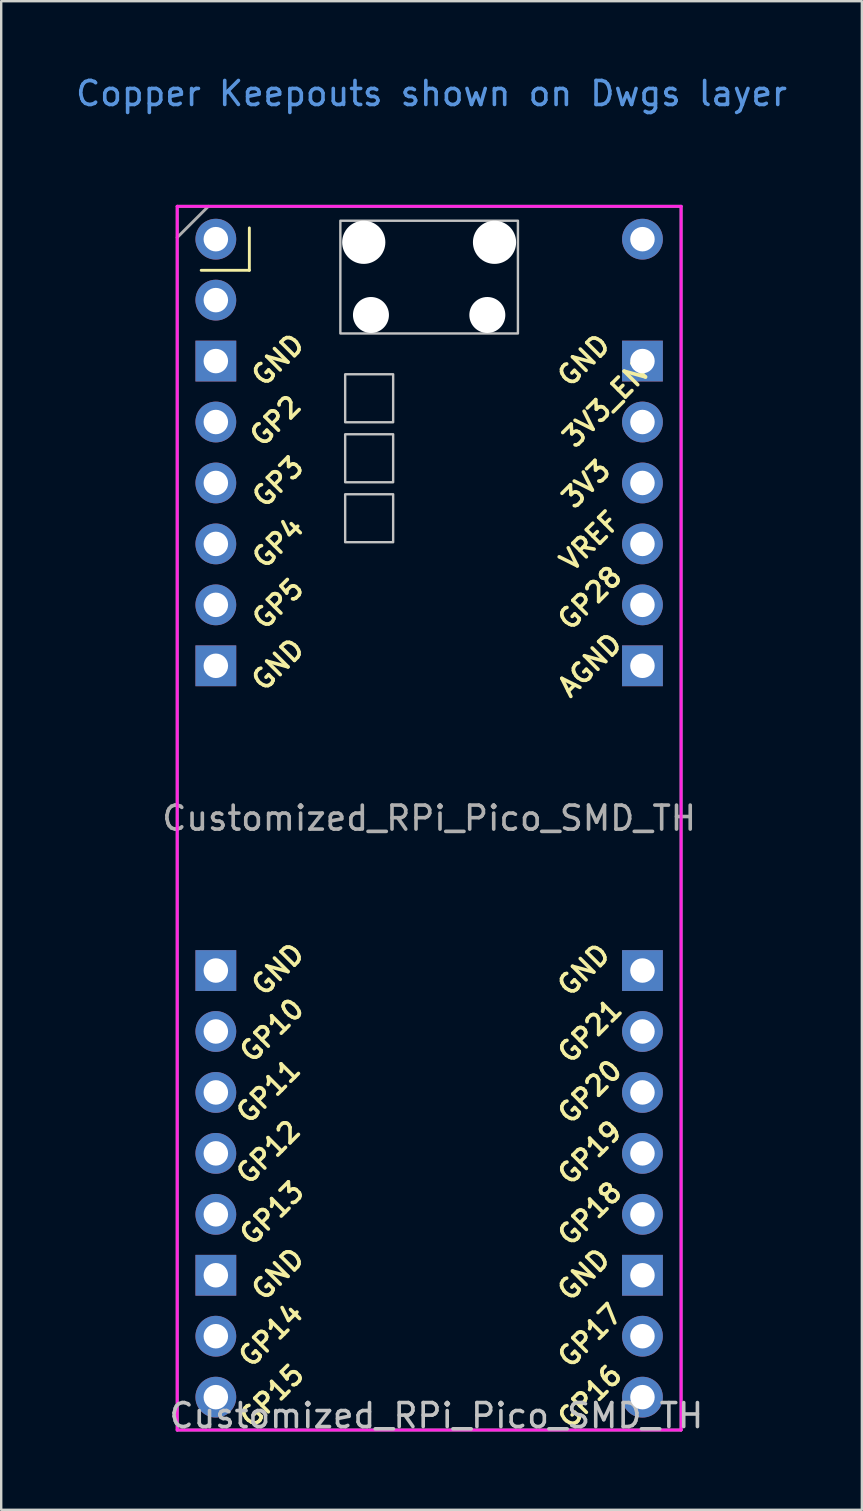
<source format=kicad_pcb>
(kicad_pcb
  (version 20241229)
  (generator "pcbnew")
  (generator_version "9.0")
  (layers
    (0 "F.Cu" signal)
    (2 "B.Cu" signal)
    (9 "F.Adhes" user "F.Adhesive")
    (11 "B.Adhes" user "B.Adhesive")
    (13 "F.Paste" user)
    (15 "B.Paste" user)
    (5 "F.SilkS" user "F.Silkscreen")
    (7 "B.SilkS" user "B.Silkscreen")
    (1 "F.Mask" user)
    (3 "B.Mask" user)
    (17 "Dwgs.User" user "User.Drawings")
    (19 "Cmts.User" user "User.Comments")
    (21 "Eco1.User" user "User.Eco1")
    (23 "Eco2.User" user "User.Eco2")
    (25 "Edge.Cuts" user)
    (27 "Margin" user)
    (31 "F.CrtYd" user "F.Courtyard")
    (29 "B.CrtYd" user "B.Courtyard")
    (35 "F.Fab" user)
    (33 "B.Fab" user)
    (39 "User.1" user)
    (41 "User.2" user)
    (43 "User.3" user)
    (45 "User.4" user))
  (footprint "Customized_RPi_Pico_SMD_TH"
    (layer "F.Cu")
    (at 14.835 31.048)
    (property "Reference" "Customized_RPi_Pico_SMD_TH" (at 0.3 24.9 0) (layer "Dwgs.User") (effects (font (size 1 1) (thickness 0.15))))
    (attr through_hole)
    (fp_line (start -9.5 -22.833) (end -7.493 -22.833) (stroke (width 0.12) (type solid)) (layer "F.SilkS"))
    (fp_line (start -7.493 -22.833) (end -7.493 -24.6) (stroke (width 0.12) (type solid)) (layer "F.SilkS"))
    (fp_poly (pts (xy -1.5 -16.5) (xy -3.5 -16.5) (xy -3.5 -18.5) (xy -1.5 -18.5)) (stroke (width 0.1) (type solid)) (fill no) (layer "Dwgs.User"))
    (fp_poly (pts (xy -1.5 -14) (xy -3.5 -14) (xy -3.5 -16) (xy -1.5 -16)) (stroke (width 0.1) (type solid)) (fill no) (layer "Dwgs.User"))
    (fp_poly (pts (xy -1.5 -11.5) (xy -3.5 -11.5) (xy -3.5 -13.5) (xy -1.5 -13.5)) (stroke (width 0.1) (type solid)) (fill no) (layer "Dwgs.User"))
    (fp_poly (pts (xy 3.7 -20.2) (xy -3.7 -20.2) (xy -3.7 -24.9) (xy 3.7 -24.9)) (stroke (width 0.1) (type solid)) (fill no) (layer "Dwgs.User"))
    (fp_line (start -10.5 -25.5) (end 10.5 -25.5) (stroke (width 0.12) (type solid)) (layer "F.CrtYd"))
    (fp_line (start -10.5 25.5) (end -10.5 -25.5) (stroke (width 0.12) (type solid)) (layer "F.CrtYd"))
    (fp_line (start 10.5 -25.5) (end 10.5 25.5) (stroke (width 0.12) (type solid)) (layer "F.CrtYd"))
    (fp_line (start 10.5 25.5) (end -10.5 25.5) (stroke (width 0.12) (type solid)) (layer "F.CrtYd"))
    (fp_line (start -10.5 -25.5) (end 10.5 -25.5) (stroke (width 0.12) (type solid)) (layer "F.Fab"))
    (fp_line (start -10.5 -24.2) (end -9.2 -25.5) (stroke (width 0.12) (type solid)) (layer "F.Fab"))
    (fp_line (start -10.5 25.5) (end -10.5 -25.5) (stroke (width 0.12) (type solid)) (layer "F.Fab"))
    (fp_line (start 10.5 -25.5) (end 10.5 25.5) (stroke (width 0.12) (type solid)) (layer "F.Fab"))
    (fp_line (start 10.5 25.5) (end -10.5 25.5) (stroke (width 0.12) (type solid)) (layer "F.Fab"))
    (fp_text user "GP14" (at -6.6 21.54 45) (layer "F.SilkS") (effects (font (size 0.8 0.8) (thickness 0.15))))
    (fp_text user "3V3" (at 6.546 -13.93 45) (layer "F.SilkS") (effects (font (size 0.8 0.8) (thickness 0.15))))
    (fp_text user "GP2" (at -6.4 -16.56 45) (layer "F.SilkS") (effects (font (size 0.8 0.8) (thickness 0.15))))
    (fp_text user "GND" (at 6.446 6.32 45) (layer "F.SilkS") (effects (font (size 0.8 0.8) (thickness 0.15))))
    (fp_text user "GP28" (at 6.7 -9.174 45) (layer "F.SilkS") (effects (font (size 0.8 0.8) (thickness 0.15))))
    (fp_text user "GND" (at -6.3 -6.4 45) (layer "F.SilkS") (effects (font (size 0.8 0.8) (thickness 0.15))))
    (fp_text user "GND" (at -6.3 -19.1 45) (layer "F.SilkS") (effects (font (size 0.8 0.8) (thickness 0.15))))
    (fp_text user "GND" (at -6.3 19 45) (layer "F.SilkS") (effects (font (size 0.8 0.8) (thickness 0.15))))
    (fp_text user "GP20" (at 6.7 11.4 45) (layer "F.SilkS") (effects (font (size 0.8 0.8) (thickness 0.15))))
    (fp_text user "GP10" (at -6.554 8.84 45) (layer "F.SilkS") (effects (font (size 0.8 0.8) (thickness 0.15))))
    (fp_text user "GP3" (at -6.3 -14.02 45) (layer "F.SilkS") (effects (font (size 0.8 0.8) (thickness 0.15))))
    (fp_text user "GND" (at -6.3 6.3 45) (layer "F.SilkS") (effects (font (size 0.8 0.8) (thickness 0.15))))
    (fp_text user "VREF" (at 6.7 -11.552 45) (layer "F.SilkS") (effects (font (size 0.8 0.8) (thickness 0.15))))
    (fp_text user "GP17" (at 6.7 21.56 45) (layer "F.SilkS") (effects (font (size 0.8 0.8) (thickness 0.15))))
    (fp_text user "GP12" (at -6.7 13.92 45) (layer "F.SilkS") (effects (font (size 0.8 0.8) (thickness 0.15))))
    (fp_text user "GP4" (at -6.3 -11.48 45) (layer "F.SilkS") (effects (font (size 0.8 0.8) (thickness 0.15))))
    (fp_text user "GP16" (at 6.7 24.1 45) (layer "F.SilkS") (effects (font (size 0.8 0.8) (thickness 0.15))))
    (fp_text user "GP11" (at -6.7 11.38 45) (layer "F.SilkS") (effects (font (size 0.8 0.8) (thickness 0.15))))
    (fp_text user "GP21" (at 6.7 8.87 45) (layer "F.SilkS") (effects (font (size 0.8 0.8) (thickness 0.15))))
    (fp_text user "GP18" (at 6.7 16.48 45) (layer "F.SilkS") (effects (font (size 0.8 0.8) (thickness 0.15))))
    (fp_text user "GND" (at 6.446 19.02 45) (layer "F.SilkS") (effects (font (size 0.8 0.8) (thickness 0.15))))
    (fp_text user "GP13" (at -6.554 16.46 45) (layer "F.SilkS") (effects (font (size 0.8 0.8) (thickness 0.15))))
    (fp_text user "GP19" (at 6.7 13.94 45) (layer "F.SilkS") (effects (font (size 0.8 0.8) (thickness 0.15))))
    (fp_text user "GP5" (at -6.3 -8.94 45) (layer "F.SilkS") (effects (font (size 0.8 0.8) (thickness 0.15))))
    (fp_text user "3V3_EN" (at 7.346 -17.23 45) (layer "F.SilkS") (effects (font (size 0.8 0.8) (thickness 0.15))))
    (fp_text user "GP15" (at -6.554 24.08 45) (layer "F.SilkS") (effects (font (size 0.8 0.8) (thickness 0.15))))
    (fp_text user "AGND" (at 6.7 -6.38 45) (layer "F.SilkS") (effects (font (size 0.8 0.8) (thickness 0.15))))
    (fp_text user "GND" (at 6.446 -19.08 45) (layer "F.SilkS") (effects (font (size 0.8 0.8) (thickness 0.15))))
    (fp_text user "Copper Keepouts shown on Dwgs layer" (at 0.1 -30.2 0) (layer "Cmts.User") (effects (font (size 1 1) (thickness 0.15))))
    (fp_text user "${REFERENCE}" (at 0 0 180) (layer "F.Fab") (effects (font (size 1 1) (thickness 0.15))))
    (pad "" np_thru_hole oval (at -2.725 -24) (size 1.8 1.8) (drill 1.8) (layers "*.Cu" "*.Mask"))
    (pad "" np_thru_hole oval (at -2.425 -20.97) (size 1.5 1.5) (drill 1.5) (layers "*.Cu" "*.Mask"))
    (pad "" np_thru_hole oval (at 2.425 -20.97) (size 1.5 1.5) (drill 1.5) (layers "*.Cu" "*.Mask"))
    (pad "" np_thru_hole oval (at 2.725 -24) (size 1.8 1.8) (drill 1.8) (layers "*.Cu" "*.Mask"))
    (pad "1" thru_hole oval (at -8.89 -24.13) (size 1.7 1.7) (drill 1.02) (layers "*.Cu" "*.Mask"))
    (pad "2" thru_hole oval (at -8.89 -21.59) (size 1.7 1.7) (drill 1.02) (layers "*.Cu" "*.Mask"))
    (pad "3" thru_hole rect (at -8.89 -19.05) (size 1.7 1.7) (drill 1.02) (layers "*.Cu" "*.Mask"))
    (pad "4" thru_hole oval (at -8.89 -16.51) (size 1.7 1.7) (drill 1.02) (layers "*.Cu" "*.Mask"))
    (pad "5" thru_hole oval (at -8.89 -13.97) (size 1.7 1.7) (drill 1.02) (layers "*.Cu" "*.Mask"))
    (pad "6" thru_hole oval (at -8.89 -11.43) (size 1.7 1.7) (drill 1.02) (layers "*.Cu" "*.Mask"))
    (pad "7" thru_hole oval (at -8.89 -8.89) (size 1.7 1.7) (drill 1.02) (layers "*.Cu" "*.Mask"))
    (pad "8" thru_hole rect (at -8.89 -6.35) (size 1.7 1.7) (drill 1.02) (layers "*.Cu" "*.Mask"))
    (pad "13" thru_hole rect (at -8.89 6.35) (size 1.7 1.7) (drill 1.02) (layers "*.Cu" "*.Mask"))
    (pad "14" thru_hole oval (at -8.89 8.89) (size 1.7 1.7) (drill 1.02) (layers "*.Cu" "*.Mask"))
    (pad "15" thru_hole oval (at -8.89 11.43) (size 1.7 1.7) (drill 1.02) (layers "*.Cu" "*.Mask"))
    (pad "16" thru_hole oval (at -8.89 13.97) (size 1.7 1.7) (drill 1.02) (layers "*.Cu" "*.Mask"))
    (pad "17" thru_hole oval (at -8.89 16.51) (size 1.7 1.7) (drill 1.02) (layers "*.Cu" "*.Mask"))
    (pad "18" thru_hole rect (at -8.89 19.05) (size 1.7 1.7) (drill 1.02) (layers "*.Cu" "*.Mask"))
    (pad "19" thru_hole oval (at -8.89 21.59) (size 1.7 1.7) (drill 1.02) (layers "*.Cu" "*.Mask"))
    (pad "20" thru_hole oval (at -8.89 24.13) (size 1.7 1.7) (drill 1.02) (layers "*.Cu" "*.Mask"))
    (pad "21" thru_hole oval (at 8.89 24.13) (size 1.7 1.7) (drill 1.02) (layers "*.Cu" "*.Mask"))
    (pad "22" thru_hole oval (at 8.89 21.59) (size 1.7 1.7) (drill 1.02) (layers "*.Cu" "*.Mask"))
    (pad "23" thru_hole rect (at 8.89 19.05) (size 1.7 1.7) (drill 1.02) (layers "*.Cu" "*.Mask"))
    (pad "24" thru_hole oval (at 8.89 16.51) (size 1.7 1.7) (drill 1.02) (layers "*.Cu" "*.Mask"))
    (pad "25" thru_hole oval (at 8.89 13.97) (size 1.7 1.7) (drill 1.02) (layers "*.Cu" "*.Mask"))
    (pad "26" thru_hole oval (at 8.89 11.43) (size 1.7 1.7) (drill 1.02) (layers "*.Cu" "*.Mask"))
    (pad "27" thru_hole oval (at 8.89 8.89) (size 1.7 1.7) (drill 1.02) (layers "*.Cu" "*.Mask"))
    (pad "28" thru_hole rect (at 8.89 6.35) (size 1.7 1.7) (drill 1.02) (layers "*.Cu" "*.Mask"))
    (pad "33" thru_hole rect (at 8.89 -6.35) (size 1.7 1.7) (drill 1.02) (layers "*.Cu" "*.Mask"))
    (pad "34" thru_hole oval (at 8.89 -8.89) (size 1.7 1.7) (drill 1.02) (layers "*.Cu" "*.Mask"))
    (pad "35" thru_hole oval (at 8.89 -11.43) (size 1.7 1.7) (drill 1.02) (layers "*.Cu" "*.Mask"))
    (pad "36" thru_hole oval (at 8.89 -13.97) (size 1.7 1.7) (drill 1.02) (layers "*.Cu" "*.Mask"))
    (pad "37" thru_hole oval (at 8.89 -16.51) (size 1.7 1.7) (drill 1.02) (layers "*.Cu" "*.Mask"))
    (pad "38" thru_hole rect (at 8.89 -19.05) (size 1.7 1.7) (drill 1.02) (layers "*.Cu" "*.Mask"))
    (pad "40" thru_hole oval (at 8.89 -24.13) (size 1.7 1.7) (drill 1.02) (layers "*.Cu" "*.Mask")))
  (gr_rect
    (start -3 -3)
    (end 32.869 59.872)
    (stroke (width 0.1) (type default))
    (fill no)
    (layer "Edge.Cuts")))
</source>
